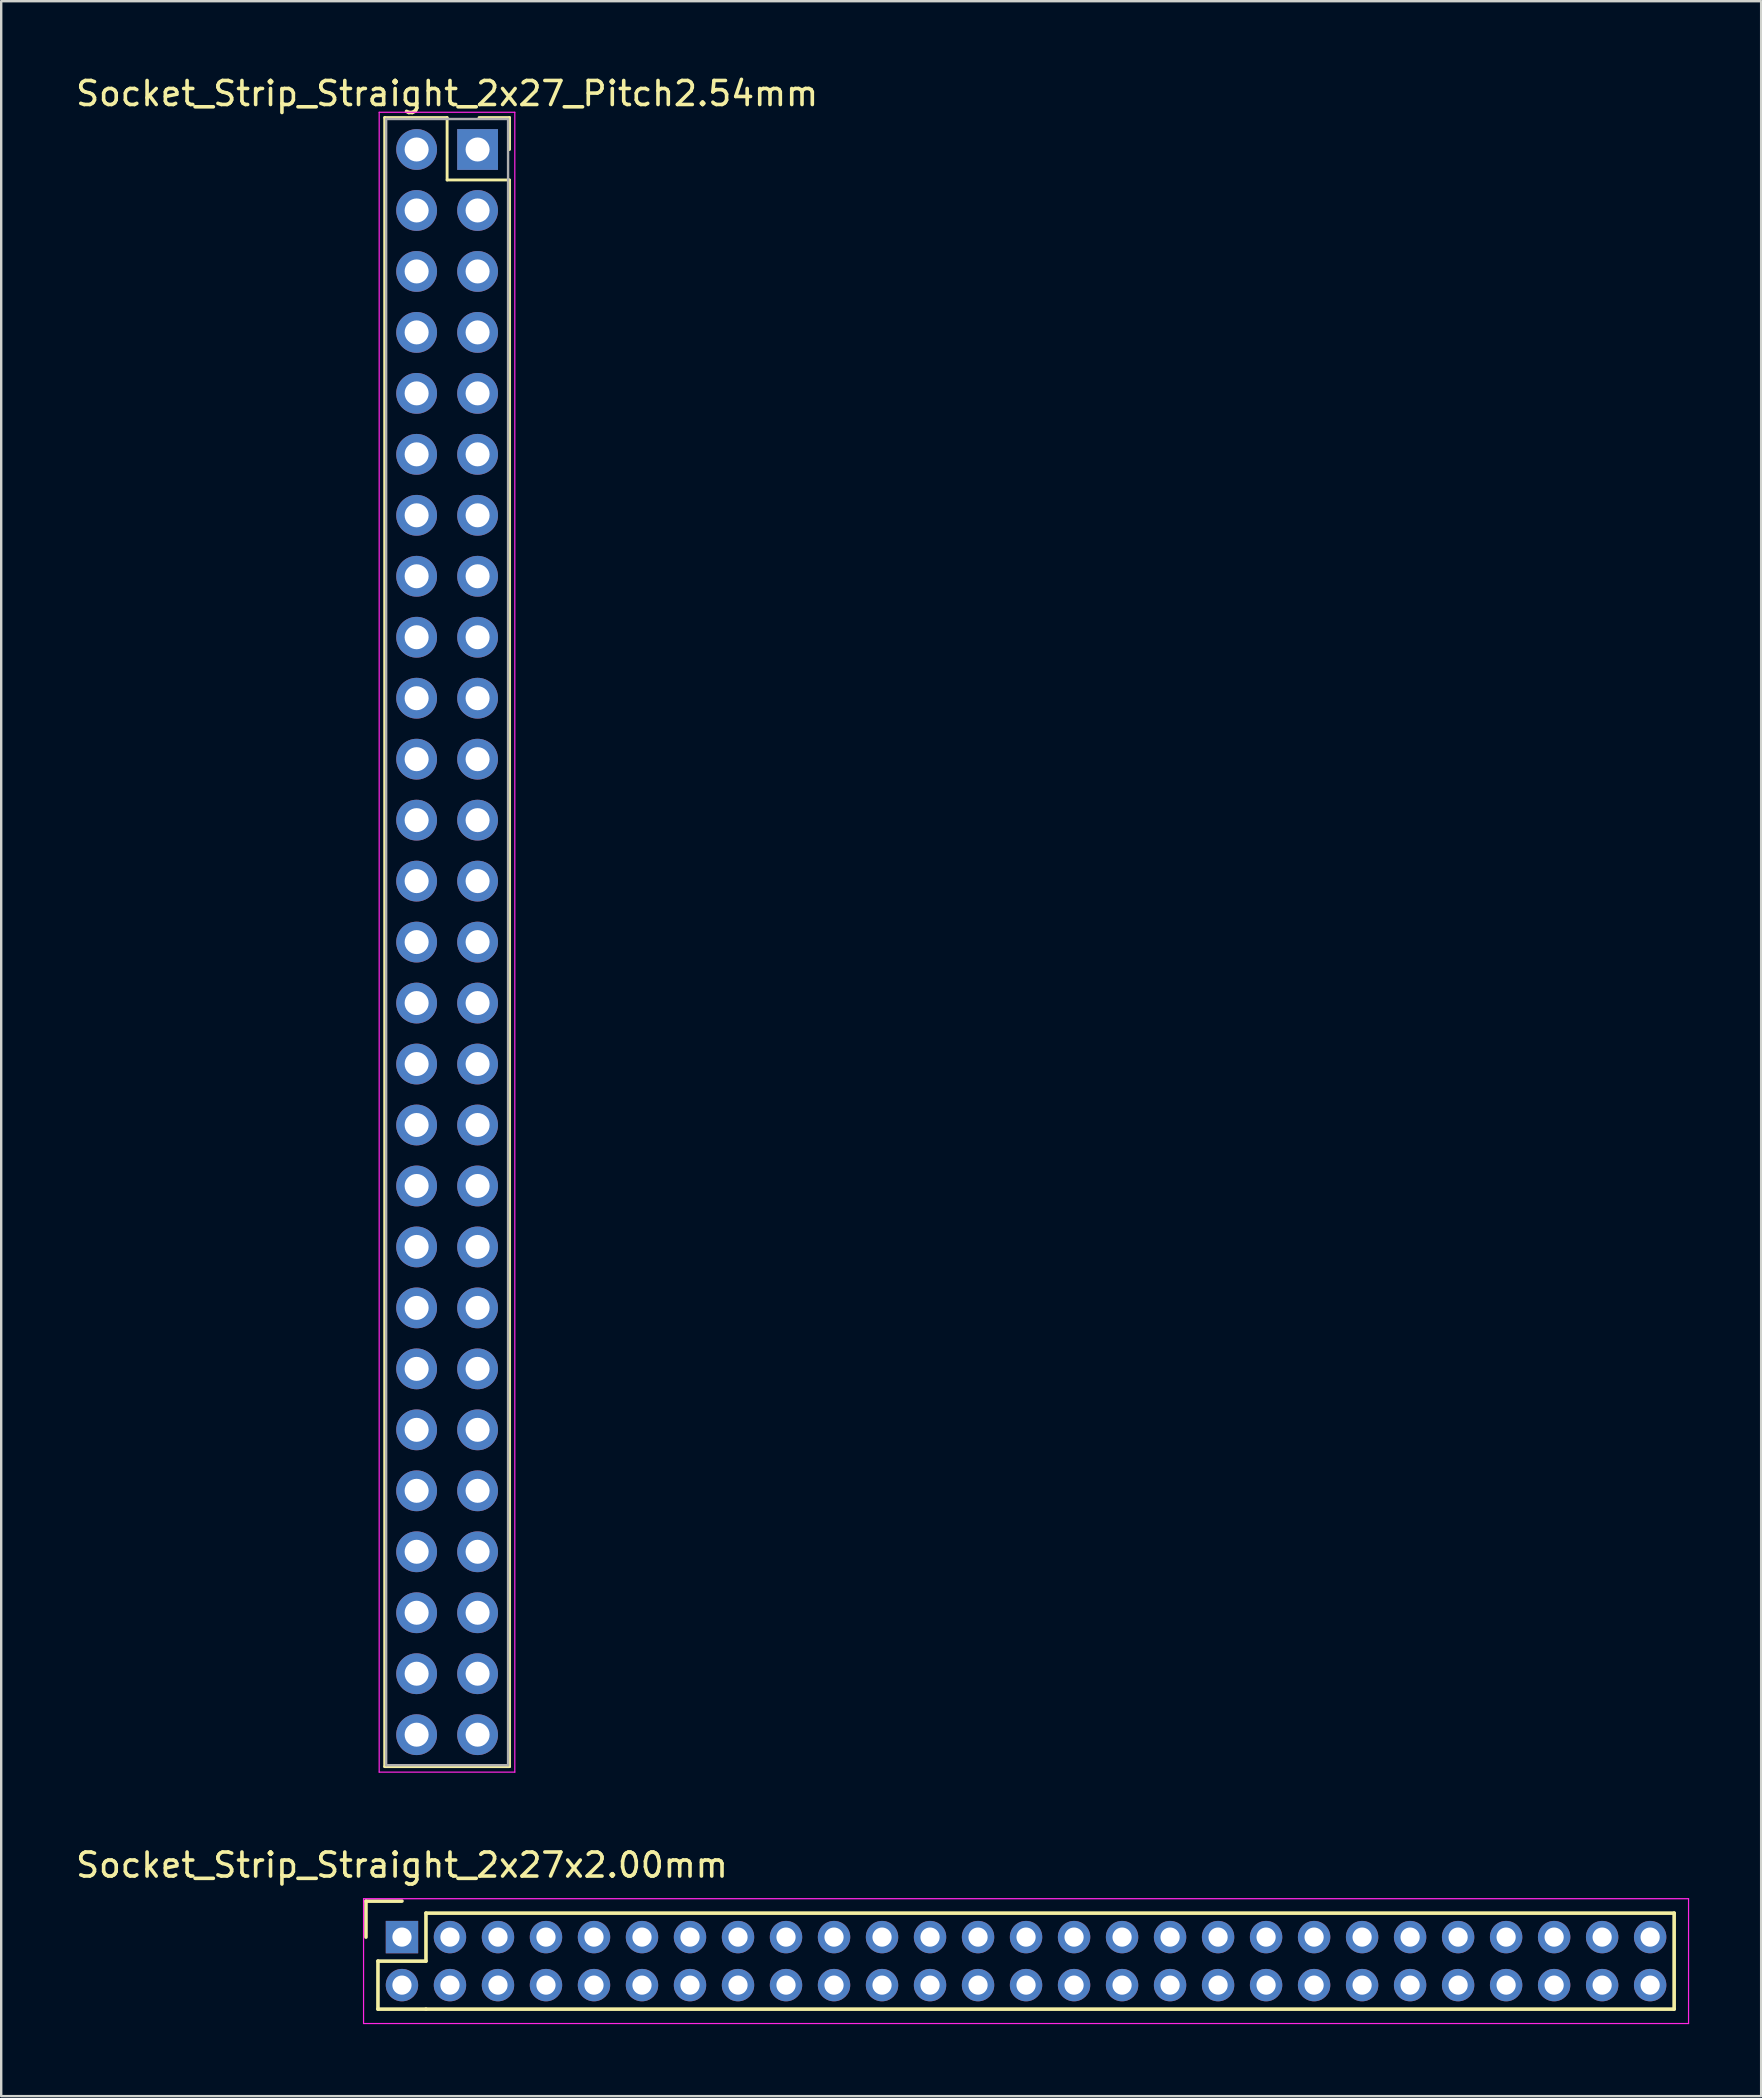
<source format=kicad_pcb>
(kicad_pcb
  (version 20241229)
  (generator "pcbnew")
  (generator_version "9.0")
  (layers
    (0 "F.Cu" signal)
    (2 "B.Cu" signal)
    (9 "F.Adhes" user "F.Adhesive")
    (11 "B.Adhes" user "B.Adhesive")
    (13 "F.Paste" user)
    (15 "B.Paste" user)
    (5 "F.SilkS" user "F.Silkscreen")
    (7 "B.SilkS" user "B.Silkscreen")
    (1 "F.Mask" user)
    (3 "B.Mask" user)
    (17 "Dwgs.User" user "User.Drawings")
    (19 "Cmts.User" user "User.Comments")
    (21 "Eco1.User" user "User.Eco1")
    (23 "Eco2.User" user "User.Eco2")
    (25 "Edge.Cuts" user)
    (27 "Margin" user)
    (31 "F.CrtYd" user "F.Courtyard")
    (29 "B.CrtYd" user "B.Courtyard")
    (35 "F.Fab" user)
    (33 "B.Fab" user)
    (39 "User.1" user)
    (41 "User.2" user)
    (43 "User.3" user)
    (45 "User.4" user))
  (footprint "Socket_Strip_Straight_2x27x2.00mm"
    (layer "F.Cu")
    (at 13.696 77.651)
    (property "Reference" "Socket_Strip_Straight_2x27x2.00mm" (at 0 -3 0) (layer "F.SilkS") (effects (font (size 1 1) (thickness 0.15))))
    (attr through_hole)
    (fp_line (start -1.5 -1.5) (end -1.5 0) (stroke (width 0.15) (type solid)) (layer "F.SilkS"))
    (fp_line (start -1 1) (end -1 3) (stroke (width 0.15) (type solid)) (layer "F.SilkS"))
    (fp_line (start -1 3) (end 1 3) (stroke (width 0.15) (type solid)) (layer "F.SilkS"))
    (fp_line (start 0 -1.5) (end -1.5 -1.5) (stroke (width 0.15) (type solid)) (layer "F.SilkS"))
    (fp_line (start 1 -1) (end 1 1) (stroke (width 0.15) (type solid)) (layer "F.SilkS"))
    (fp_line (start 1 1) (end -1 1) (stroke (width 0.15) (type solid)) (layer "F.SilkS"))
    (fp_line (start 1 3) (end 53 3) (stroke (width 0.15) (type solid)) (layer "F.SilkS"))
    (fp_line (start 53 -1) (end 1 -1) (stroke (width 0.15) (type solid)) (layer "F.SilkS"))
    (fp_line (start 53 3) (end 53 -1) (stroke (width 0.15) (type solid)) (layer "F.SilkS"))
    (fp_line (start -1.6 -1.6) (end -1.6 3.6) (stroke (width 0.05) (type solid)) (layer "F.CrtYd"))
    (fp_line (start -1.6 3.6) (end 53.6 3.6) (stroke (width 0.05) (type solid)) (layer "F.CrtYd"))
    (fp_line (start 53.6 -1.6) (end -1.6 -1.6) (stroke (width 0.05) (type solid)) (layer "F.CrtYd"))
    (fp_line (start 53.6 3.6) (end 53.6 -1.6) (stroke (width 0.05) (type solid)) (layer "F.CrtYd"))
    (pad "1" thru_hole rect (at 0 0) (size 1.35 1.35) (drill 0.8) (layers "*.Cu" "*.Mask"))
    (pad "2" thru_hole circle (at 0 2) (size 1.35 1.35) (drill 0.8) (layers "*.Cu" "*.Mask"))
    (pad "3" thru_hole circle (at 2 0) (size 1.35 1.35) (drill 0.8) (layers "*.Cu" "*.Mask"))
    (pad "4" thru_hole circle (at 2 2) (size 1.35 1.35) (drill 0.8) (layers "*.Cu" "*.Mask"))
    (pad "5" thru_hole circle (at 4 0) (size 1.35 1.35) (drill 0.8) (layers "*.Cu" "*.Mask"))
    (pad "6" thru_hole circle (at 4 2) (size 1.35 1.35) (drill 0.8) (layers "*.Cu" "*.Mask"))
    (pad "7" thru_hole circle (at 6 0) (size 1.35 1.35) (drill 0.8) (layers "*.Cu" "*.Mask"))
    (pad "8" thru_hole circle (at 6 2) (size 1.35 1.35) (drill 0.8) (layers "*.Cu" "*.Mask"))
    (pad "9" thru_hole circle (at 8 0) (size 1.35 1.35) (drill 0.8) (layers "*.Cu" "*.Mask"))
    (pad "10" thru_hole circle (at 8 2) (size 1.35 1.35) (drill 0.8) (layers "*.Cu" "*.Mask"))
    (pad "11" thru_hole circle (at 10 0) (size 1.35 1.35) (drill 0.8) (layers "*.Cu" "*.Mask"))
    (pad "12" thru_hole circle (at 10 2) (size 1.35 1.35) (drill 0.8) (layers "*.Cu" "*.Mask"))
    (pad "13" thru_hole circle (at 12 0) (size 1.35 1.35) (drill 0.8) (layers "*.Cu" "*.Mask"))
    (pad "14" thru_hole circle (at 12 2) (size 1.35 1.35) (drill 0.8) (layers "*.Cu" "*.Mask"))
    (pad "15" thru_hole circle (at 14 0) (size 1.35 1.35) (drill 0.8) (layers "*.Cu" "*.Mask"))
    (pad "16" thru_hole circle (at 14 2) (size 1.35 1.35) (drill 0.8) (layers "*.Cu" "*.Mask"))
    (pad "17" thru_hole circle (at 16 0) (size 1.35 1.35) (drill 0.8) (layers "*.Cu" "*.Mask"))
    (pad "18" thru_hole circle (at 16 2) (size 1.35 1.35) (drill 0.8) (layers "*.Cu" "*.Mask"))
    (pad "19" thru_hole circle (at 18 0) (size 1.35 1.35) (drill 0.8) (layers "*.Cu" "*.Mask"))
    (pad "20" thru_hole circle (at 18 2) (size 1.35 1.35) (drill 0.8) (layers "*.Cu" "*.Mask"))
    (pad "21" thru_hole circle (at 20 0) (size 1.35 1.35) (drill 0.8) (layers "*.Cu" "*.Mask"))
    (pad "22" thru_hole circle (at 20 2) (size 1.35 1.35) (drill 0.8) (layers "*.Cu" "*.Mask"))
    (pad "23" thru_hole circle (at 22 0) (size 1.35 1.35) (drill 0.8) (layers "*.Cu" "*.Mask"))
    (pad "24" thru_hole circle (at 22 2) (size 1.35 1.35) (drill 0.8) (layers "*.Cu" "*.Mask"))
    (pad "25" thru_hole circle (at 24 0) (size 1.35 1.35) (drill 0.8) (layers "*.Cu" "*.Mask"))
    (pad "26" thru_hole circle (at 24 2) (size 1.35 1.35) (drill 0.8) (layers "*.Cu" "*.Mask"))
    (pad "27" thru_hole circle (at 26 0) (size 1.35 1.35) (drill 0.8) (layers "*.Cu" "*.Mask"))
    (pad "28" thru_hole circle (at 26 2) (size 1.35 1.35) (drill 0.8) (layers "*.Cu" "*.Mask"))
    (pad "29" thru_hole circle (at 28 0) (size 1.35 1.35) (drill 0.8) (layers "*.Cu" "*.Mask"))
    (pad "30" thru_hole circle (at 28 2) (size 1.35 1.35) (drill 0.8) (layers "*.Cu" "*.Mask"))
    (pad "31" thru_hole circle (at 30 0) (size 1.35 1.35) (drill 0.8) (layers "*.Cu" "*.Mask"))
    (pad "32" thru_hole circle (at 30 2) (size 1.35 1.35) (drill 0.8) (layers "*.Cu" "*.Mask"))
    (pad "33" thru_hole circle (at 32 0) (size 1.35 1.35) (drill 0.8) (layers "*.Cu" "*.Mask"))
    (pad "34" thru_hole circle (at 32 2) (size 1.35 1.35) (drill 0.8) (layers "*.Cu" "*.Mask"))
    (pad "35" thru_hole circle (at 34 0) (size 1.35 1.35) (drill 0.8) (layers "*.Cu" "*.Mask"))
    (pad "36" thru_hole circle (at 34 2) (size 1.35 1.35) (drill 0.8) (layers "*.Cu" "*.Mask"))
    (pad "37" thru_hole circle (at 36 0) (size 1.35 1.35) (drill 0.8) (layers "*.Cu" "*.Mask"))
    (pad "38" thru_hole circle (at 36 2) (size 1.35 1.35) (drill 0.8) (layers "*.Cu" "*.Mask"))
    (pad "39" thru_hole circle (at 38 0) (size 1.35 1.35) (drill 0.8) (layers "*.Cu" "*.Mask"))
    (pad "40" thru_hole circle (at 38 2) (size 1.35 1.35) (drill 0.8) (layers "*.Cu" "*.Mask"))
    (pad "41" thru_hole circle (at 40 0) (size 1.35 1.35) (drill 0.8) (layers "*.Cu" "*.Mask"))
    (pad "42" thru_hole circle (at 40 2) (size 1.35 1.35) (drill 0.8) (layers "*.Cu" "*.Mask"))
    (pad "43" thru_hole circle (at 42 0) (size 1.35 1.35) (drill 0.8) (layers "*.Cu" "*.Mask"))
    (pad "44" thru_hole circle (at 42 2) (size 1.35 1.35) (drill 0.8) (layers "*.Cu" "*.Mask"))
    (pad "45" thru_hole circle (at 44 0) (size 1.35 1.35) (drill 0.8) (layers "*.Cu" "*.Mask"))
    (pad "46" thru_hole circle (at 44 2) (size 1.35 1.35) (drill 0.8) (layers "*.Cu" "*.Mask"))
    (pad "47" thru_hole circle (at 46 0) (size 1.35 1.35) (drill 0.8) (layers "*.Cu" "*.Mask"))
    (pad "48" thru_hole circle (at 46 2) (size 1.35 1.35) (drill 0.8) (layers "*.Cu" "*.Mask"))
    (pad "49" thru_hole circle (at 48 0) (size 1.35 1.35) (drill 0.8) (layers "*.Cu" "*.Mask"))
    (pad "50" thru_hole circle (at 48 2) (size 1.35 1.35) (drill 0.8) (layers "*.Cu" "*.Mask"))
    (pad "51" thru_hole circle (at 50 0) (size 1.35 1.35) (drill 0.8) (layers "*.Cu" "*.Mask"))
    (pad "52" thru_hole circle (at 50 2) (size 1.35 1.35) (drill 0.8) (layers "*.Cu" "*.Mask"))
    (pad "53" thru_hole circle (at 52 0) (size 1.35 1.35) (drill 0.8) (layers "*.Cu" "*.Mask"))
    (pad "54" thru_hole circle (at 52 2) (size 1.35 1.35) (drill 0.8) (layers "*.Cu" "*.Mask")))
  (footprint "Socket_Strip_Straight_2x27_Pitch2.54mm"
    (layer "F.Cu")
    (at 16.847 3.178)
    (property "Reference" "Socket_Strip_Straight_2x27_Pitch2.54mm" (at -1.27 -2.33 0) (layer "F.SilkS") (effects (font (size 1 1) (thickness 0.15))))
    (attr through_hole)
    (fp_line (start -3.87 -1.33) (end -1.27 -1.33) (stroke (width 0.12) (type solid)) (layer "F.SilkS"))
    (fp_line (start -3.87 67.37) (end -3.87 -1.33) (stroke (width 0.12) (type solid)) (layer "F.SilkS"))
    (fp_line (start -1.27 -1.33) (end -1.27 1.27) (stroke (width 0.12) (type solid)) (layer "F.SilkS"))
    (fp_line (start -1.27 1.27) (end 1.33 1.27) (stroke (width 0.12) (type solid)) (layer "F.SilkS"))
    (fp_line (start 1.33 -1.33) (end 0.06 -1.33) (stroke (width 0.12) (type solid)) (layer "F.SilkS"))
    (fp_line (start 1.33 0) (end 1.33 -1.33) (stroke (width 0.12) (type solid)) (layer "F.SilkS"))
    (fp_line (start 1.33 1.27) (end 1.33 67.37) (stroke (width 0.12) (type solid)) (layer "F.SilkS"))
    (fp_line (start 1.33 67.37) (end -3.87 67.37) (stroke (width 0.12) (type solid)) (layer "F.SilkS"))
    (fp_line (start -4.1 -1.55) (end -4.1 67.6) (stroke (width 0.05) (type solid)) (layer "F.CrtYd"))
    (fp_line (start -4.1 67.6) (end 1.55 67.6) (stroke (width 0.05) (type solid)) (layer "F.CrtYd"))
    (fp_line (start 1.55 -1.55) (end -4.1 -1.55) (stroke (width 0.05) (type solid)) (layer "F.CrtYd"))
    (fp_line (start 1.55 67.6) (end 1.55 -1.55) (stroke (width 0.05) (type solid)) (layer "F.CrtYd"))
    (fp_line (start -3.81 -1.27) (end -3.81 67.31) (stroke (width 0.1) (type solid)) (layer "F.Fab"))
    (fp_line (start -3.81 67.31) (end 1.27 67.31) (stroke (width 0.1) (type solid)) (layer "F.Fab"))
    (fp_line (start 1.27 -1.27) (end -3.81 -1.27) (stroke (width 0.1) (type solid)) (layer "F.Fab"))
    (fp_line (start 1.27 67.31) (end 1.27 -1.27) (stroke (width 0.1) (type solid)) (layer "F.Fab"))
    (pad "1" thru_hole rect (at 0 0) (size 1.7 1.7) (drill 1) (layers "*.Cu" "*.Mask"))
    (pad "2" thru_hole oval (at -2.54 0) (size 1.7 1.7) (drill 1) (layers "*.Cu" "*.Mask"))
    (pad "3" thru_hole oval (at 0 2.54) (size 1.7 1.7) (drill 1) (layers "*.Cu" "*.Mask"))
    (pad "4" thru_hole oval (at -2.54 2.54) (size 1.7 1.7) (drill 1) (layers "*.Cu" "*.Mask"))
    (pad "5" thru_hole oval (at 0 5.08) (size 1.7 1.7) (drill 1) (layers "*.Cu" "*.Mask"))
    (pad "6" thru_hole oval (at -2.54 5.08) (size 1.7 1.7) (drill 1) (layers "*.Cu" "*.Mask"))
    (pad "7" thru_hole oval (at 0 7.62) (size 1.7 1.7) (drill 1) (layers "*.Cu" "*.Mask"))
    (pad "8" thru_hole oval (at -2.54 7.62) (size 1.7 1.7) (drill 1) (layers "*.Cu" "*.Mask"))
    (pad "9" thru_hole oval (at 0 10.16) (size 1.7 1.7) (drill 1) (layers "*.Cu" "*.Mask"))
    (pad "10" thru_hole oval (at -2.54 10.16) (size 1.7 1.7) (drill 1) (layers "*.Cu" "*.Mask"))
    (pad "11" thru_hole oval (at 0 12.7) (size 1.7 1.7) (drill 1) (layers "*.Cu" "*.Mask"))
    (pad "12" thru_hole oval (at -2.54 12.7) (size 1.7 1.7) (drill 1) (layers "*.Cu" "*.Mask"))
    (pad "13" thru_hole oval (at 0 15.24) (size 1.7 1.7) (drill 1) (layers "*.Cu" "*.Mask"))
    (pad "14" thru_hole oval (at -2.54 15.24) (size 1.7 1.7) (drill 1) (layers "*.Cu" "*.Mask"))
    (pad "15" thru_hole oval (at 0 17.78) (size 1.7 1.7) (drill 1) (layers "*.Cu" "*.Mask"))
    (pad "16" thru_hole oval (at -2.54 17.78) (size 1.7 1.7) (drill 1) (layers "*.Cu" "*.Mask"))
    (pad "17" thru_hole oval (at 0 20.32) (size 1.7 1.7) (drill 1) (layers "*.Cu" "*.Mask"))
    (pad "18" thru_hole oval (at -2.54 20.32) (size 1.7 1.7) (drill 1) (layers "*.Cu" "*.Mask"))
    (pad "19" thru_hole oval (at 0 22.86) (size 1.7 1.7) (drill 1) (layers "*.Cu" "*.Mask"))
    (pad "20" thru_hole oval (at -2.54 22.86) (size 1.7 1.7) (drill 1) (layers "*.Cu" "*.Mask"))
    (pad "21" thru_hole oval (at 0 25.4) (size 1.7 1.7) (drill 1) (layers "*.Cu" "*.Mask"))
    (pad "22" thru_hole oval (at -2.54 25.4) (size 1.7 1.7) (drill 1) (layers "*.Cu" "*.Mask"))
    (pad "23" thru_hole oval (at 0 27.94) (size 1.7 1.7) (drill 1) (layers "*.Cu" "*.Mask"))
    (pad "24" thru_hole oval (at -2.54 27.94) (size 1.7 1.7) (drill 1) (layers "*.Cu" "*.Mask"))
    (pad "25" thru_hole oval (at 0 30.48) (size 1.7 1.7) (drill 1) (layers "*.Cu" "*.Mask"))
    (pad "26" thru_hole oval (at -2.54 30.48) (size 1.7 1.7) (drill 1) (layers "*.Cu" "*.Mask"))
    (pad "27" thru_hole oval (at 0 33.02) (size 1.7 1.7) (drill 1) (layers "*.Cu" "*.Mask"))
    (pad "28" thru_hole oval (at -2.54 33.02) (size 1.7 1.7) (drill 1) (layers "*.Cu" "*.Mask"))
    (pad "29" thru_hole oval (at 0 35.56) (size 1.7 1.7) (drill 1) (layers "*.Cu" "*.Mask"))
    (pad "30" thru_hole oval (at -2.54 35.56) (size 1.7 1.7) (drill 1) (layers "*.Cu" "*.Mask"))
    (pad "31" thru_hole oval (at 0 38.1) (size 1.7 1.7) (drill 1) (layers "*.Cu" "*.Mask"))
    (pad "32" thru_hole oval (at -2.54 38.1) (size 1.7 1.7) (drill 1) (layers "*.Cu" "*.Mask"))
    (pad "33" thru_hole oval (at 0 40.64) (size 1.7 1.7) (drill 1) (layers "*.Cu" "*.Mask"))
    (pad "34" thru_hole oval (at -2.54 40.64) (size 1.7 1.7) (drill 1) (layers "*.Cu" "*.Mask"))
    (pad "35" thru_hole oval (at 0 43.18) (size 1.7 1.7) (drill 1) (layers "*.Cu" "*.Mask"))
    (pad "36" thru_hole oval (at -2.54 43.18) (size 1.7 1.7) (drill 1) (layers "*.Cu" "*.Mask"))
    (pad "37" thru_hole oval (at 0 45.72) (size 1.7 1.7) (drill 1) (layers "*.Cu" "*.Mask"))
    (pad "38" thru_hole oval (at -2.54 45.72) (size 1.7 1.7) (drill 1) (layers "*.Cu" "*.Mask"))
    (pad "39" thru_hole oval (at 0 48.26) (size 1.7 1.7) (drill 1) (layers "*.Cu" "*.Mask"))
    (pad "40" thru_hole oval (at -2.54 48.26) (size 1.7 1.7) (drill 1) (layers "*.Cu" "*.Mask"))
    (pad "41" thru_hole oval (at 0 50.8) (size 1.7 1.7) (drill 1) (layers "*.Cu" "*.Mask"))
    (pad "42" thru_hole oval (at -2.54 50.8) (size 1.7 1.7) (drill 1) (layers "*.Cu" "*.Mask"))
    (pad "43" thru_hole oval (at 0 53.34) (size 1.7 1.7) (drill 1) (layers "*.Cu" "*.Mask"))
    (pad "44" thru_hole oval (at -2.54 53.34) (size 1.7 1.7) (drill 1) (layers "*.Cu" "*.Mask"))
    (pad "45" thru_hole oval (at 0 55.88) (size 1.7 1.7) (drill 1) (layers "*.Cu" "*.Mask"))
    (pad "46" thru_hole oval (at -2.54 55.88) (size 1.7 1.7) (drill 1) (layers "*.Cu" "*.Mask"))
    (pad "47" thru_hole oval (at 0 58.42) (size 1.7 1.7) (drill 1) (layers "*.Cu" "*.Mask"))
    (pad "48" thru_hole oval (at -2.54 58.42) (size 1.7 1.7) (drill 1) (layers "*.Cu" "*.Mask"))
    (pad "49" thru_hole oval (at 0 60.96) (size 1.7 1.7) (drill 1) (layers "*.Cu" "*.Mask"))
    (pad "50" thru_hole oval (at -2.54 60.96) (size 1.7 1.7) (drill 1) (layers "*.Cu" "*.Mask"))
    (pad "51" thru_hole oval (at 0 63.5) (size 1.7 1.7) (drill 1) (layers "*.Cu" "*.Mask"))
    (pad "52" thru_hole oval (at -2.54 63.5) (size 1.7 1.7) (drill 1) (layers "*.Cu" "*.Mask"))
    (pad "53" thru_hole oval (at 0 66.04) (size 1.7 1.7) (drill 1) (layers "*.Cu" "*.Mask"))
    (pad "54" thru_hole oval (at -2.54 66.04) (size 1.7 1.7) (drill 1) (layers "*.Cu" "*.Mask")))
  (gr_rect
    (start -3 -3)
    (end 70.321 84.276)
    (stroke (width 0.1) (type default))
    (fill no)
    (layer "Edge.Cuts")))
</source>
